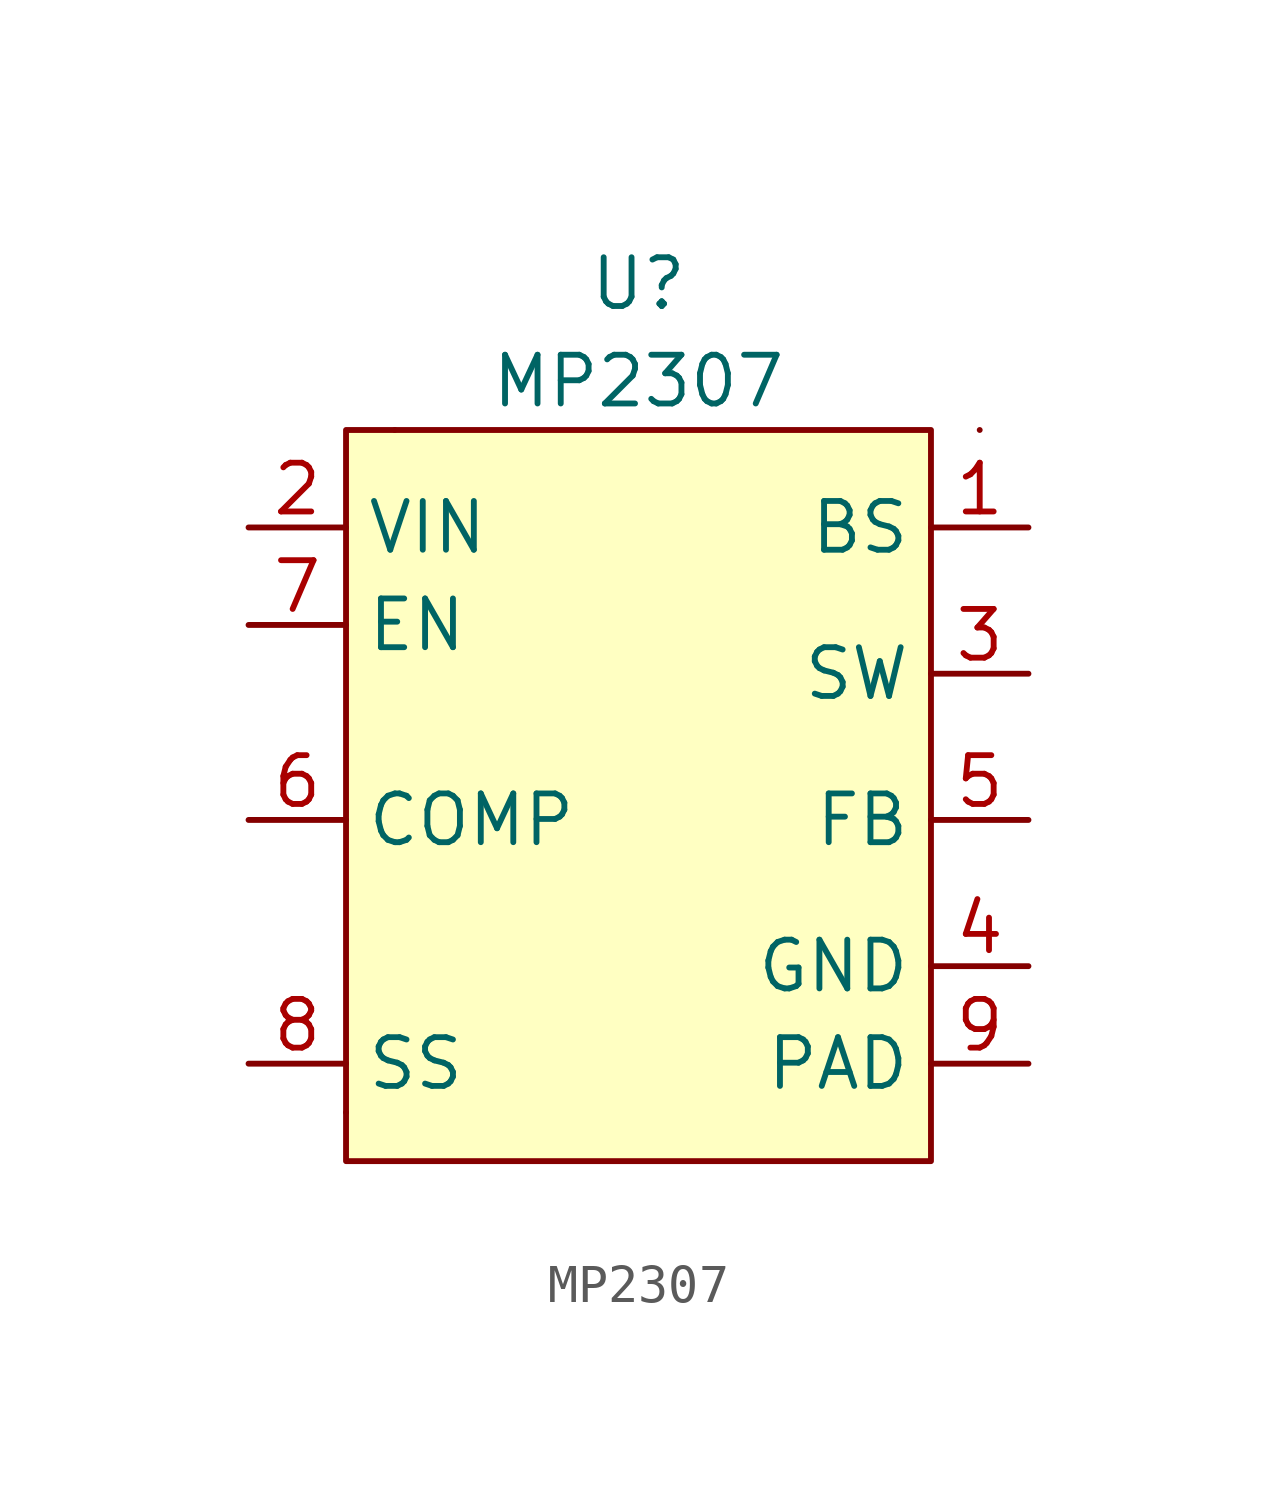
<source format=kicad_sym>
(kicad_symbol_lib
  (version 20211014)
  (generator kicad_symbol_editor)
  (symbol "MP2307"
    (property "Reference" "U"
      (at 0 13.97 0)
      (effects (font (size 1.27 1.27))))
    (property "Value" "MP2307"
      (at 0 11.43 0)
      (effects (font (size 1.27 1.27))))
    (symbol "MP2307_0_1"
      (rectangle (start -7.62 -7.62) (end -7.62 -7.62) (stroke (width 0) (type default) (color 0 0 0 0)) (fill (type none)))
      (polyline (pts (xy -6.35 10.16) (xy -6.35 10.16)) (stroke (width 0) (type default) (color 0 0 0 0)) (fill (type none)))
      (polyline (pts (xy 8.89 10.16) (xy 8.89 10.16)) (stroke (width 0) (type default) (color 0 0 0 0)) (fill (type none)))
      (rectangle (start 7.62 10.16) (end -7.62 -8.89) (stroke (width 0) (type default) (color 0 0 0 0)) (fill (type background))))
    (symbol "MP2307_1_1"
      (pin output line (at 10.16 7.62 180) (length 2.54) (name "BS" (effects (font (size 1.27 1.27)))) (number "1" (effects (font (size 1.27 1.27)))))
      (pin power_in line (at -10.16 7.62 0) (length 2.54) (name "VIN" (effects (font (size 1.27 1.27)))) (number "2" (effects (font (size 1.27 1.27)))))
      (pin power_out line (at 10.16 3.81 180) (length 2.54) (name "SW" (effects (font (size 1.27 1.27)))) (number "3" (effects (font (size 1.27 1.27)))))
      (pin unspecified line (at 10.16 -3.81 180) (length 2.54) (name "GND" (effects (font (size 1.27 1.27)))) (number "4" (effects (font (size 1.27 1.27)))))
      (pin input line (at 10.16 0 180) (length 2.54) (name "FB" (effects (font (size 1.27 1.27)))) (number "5" (effects (font (size 1.27 1.27)))))
      (pin input line (at -10.16 0 0) (length 2.54) (name "COMP" (effects (font (size 1.27 1.27)))) (number "6" (effects (font (size 1.27 1.27)))))
      (pin input line (at -10.16 5.08 0) (length 2.54) (name "EN" (effects (font (size 1.27 1.27)))) (number "7" (effects (font (size 1.27 1.27)))))
      (pin input line (at -10.16 -6.35 0) (length 2.54) (name "SS" (effects (font (size 1.27 1.27)))) (number "8" (effects (font (size 1.27 1.27)))))
      (pin unspecified line (at 10.16 -6.35 180) (length 2.54) (name "PAD" (effects (font (size 1.27 1.27)))) (number "9" (effects (font (size 1.27 1.27))))))))
</source>
